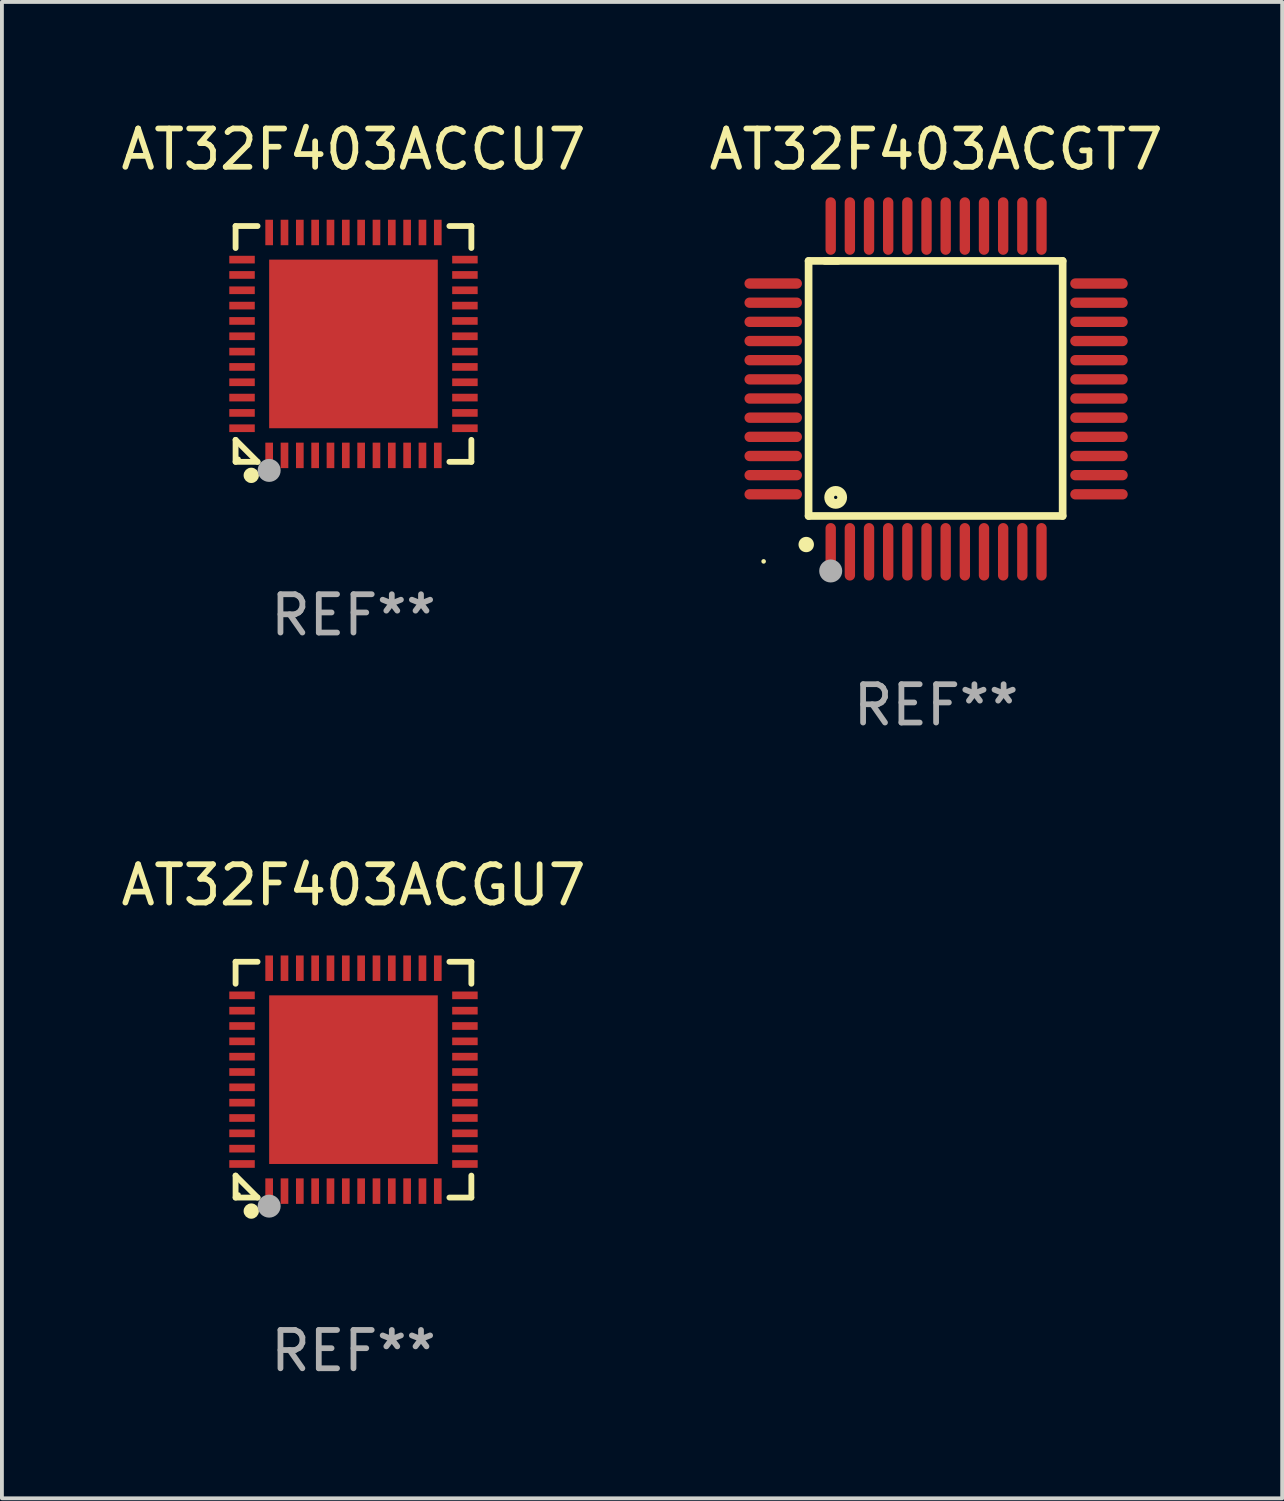
<source format=kicad_pcb>
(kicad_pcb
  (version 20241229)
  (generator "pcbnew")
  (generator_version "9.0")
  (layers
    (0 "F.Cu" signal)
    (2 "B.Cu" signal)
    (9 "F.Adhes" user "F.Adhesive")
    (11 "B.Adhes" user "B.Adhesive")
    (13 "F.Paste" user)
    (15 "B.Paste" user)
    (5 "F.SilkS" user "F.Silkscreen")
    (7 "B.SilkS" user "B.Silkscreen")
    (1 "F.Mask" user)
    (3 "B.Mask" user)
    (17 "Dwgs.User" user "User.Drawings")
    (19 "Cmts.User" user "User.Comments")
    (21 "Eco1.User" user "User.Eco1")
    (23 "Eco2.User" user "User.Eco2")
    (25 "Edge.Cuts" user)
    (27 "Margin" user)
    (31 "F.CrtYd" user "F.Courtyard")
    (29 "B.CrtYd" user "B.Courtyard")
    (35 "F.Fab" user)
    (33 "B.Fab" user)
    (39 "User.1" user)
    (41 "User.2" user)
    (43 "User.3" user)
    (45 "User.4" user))
  (footprint "AT32F403ACGU7"
    (layer "F.Cu")
    (at 6.173 25.121)
    (property "Reference" "AT32F403ACGU7" (at 0 -5.076 0) (layer "F.SilkS") (effects (font (size 1 1) (thickness 0.15))))
    (attr through_hole)
    (fp_line (start -3.076 -3.076) (end -2.503 -3.076) (stroke (width 0.152) (type solid)) (layer "F.SilkS"))
    (fp_line (start -3.076 -2.503) (end -3.076 -3.076) (stroke (width 0.152) (type solid)) (layer "F.SilkS"))
    (fp_line (start -3.076 2.503) (end -3.076 3.076) (stroke (width 0.152) (type solid)) (layer "F.SilkS"))
    (fp_line (start -3.076 2.503) (end -2.503 3.076) (stroke (width 0.152) (type solid)) (layer "F.SilkS"))
    (fp_line (start -3.076 3.076) (end -2.503 3.076) (stroke (width 0.152) (type solid)) (layer "F.SilkS"))
    (fp_line (start 3.076 -3.076) (end 2.503 -3.076) (stroke (width 0.152) (type solid)) (layer "F.SilkS"))
    (fp_line (start 3.076 -2.503) (end 3.076 -3.076) (stroke (width 0.152) (type solid)) (layer "F.SilkS"))
    (fp_line (start 3.076 2.503) (end 3.076 3.076) (stroke (width 0.152) (type solid)) (layer "F.SilkS"))
    (fp_line (start 3.076 3.076) (end 2.503 3.076) (stroke (width 0.152) (type solid)) (layer "F.SilkS"))
    (fp_circle (center -3 3) (end -2.97 3) (stroke (width 0.06) (type solid)) (fill no) (layer "F.SilkS"))
    (fp_circle (center -2.667 3.429) (end -2.567 3.429) (stroke (width 0.2) (type solid)) (fill no) (layer "F.SilkS"))
    (fp_circle (center -2.2 3.3) (end -2.05 3.3) (stroke (width 0.3) (type solid)) (fill no) (layer "F.Fab"))
    (fp_text user "REF**" (at 0 7.076 0) (layer "F.Fab") (effects (font (size 1 1) (thickness 0.15))))
    (pad "1" smd rect (at -2.2 2.908) (size 0.2 0.665) (layers "F.Cu" "F.Mask" "F.Paste"))
    (pad "2" smd rect (at -1.8 2.908) (size 0.2 0.665) (layers "F.Cu" "F.Mask" "F.Paste"))
    (pad "3" smd rect (at -1.4 2.908) (size 0.2 0.665) (layers "F.Cu" "F.Mask" "F.Paste"))
    (pad "4" smd rect (at -1 2.908) (size 0.2 0.665) (layers "F.Cu" "F.Mask" "F.Paste"))
    (pad "5" smd rect (at -0.6 2.908) (size 0.2 0.665) (layers "F.Cu" "F.Mask" "F.Paste"))
    (pad "6" smd rect (at -0.2 2.908) (size 0.2 0.665) (layers "F.Cu" "F.Mask" "F.Paste"))
    (pad "7" smd rect (at 0.2 2.908) (size 0.2 0.665) (layers "F.Cu" "F.Mask" "F.Paste"))
    (pad "8" smd rect (at 0.6 2.908) (size 0.2 0.665) (layers "F.Cu" "F.Mask" "F.Paste"))
    (pad "9" smd rect (at 1 2.908) (size 0.2 0.665) (layers "F.Cu" "F.Mask" "F.Paste"))
    (pad "10" smd rect (at 1.4 2.908) (size 0.2 0.665) (layers "F.Cu" "F.Mask" "F.Paste"))
    (pad "11" smd rect (at 1.8 2.908) (size 0.2 0.665) (layers "F.Cu" "F.Mask" "F.Paste"))
    (pad "12" smd rect (at 2.2 2.908) (size 0.2 0.665) (layers "F.Cu" "F.Mask" "F.Paste"))
    (pad "13" smd rect (at 2.908 2.2) (size 0.665 0.2) (layers "F.Cu" "F.Mask" "F.Paste"))
    (pad "14" smd rect (at 2.908 1.8) (size 0.665 0.2) (layers "F.Cu" "F.Mask" "F.Paste"))
    (pad "15" smd rect (at 2.908 1.4) (size 0.665 0.2) (layers "F.Cu" "F.Mask" "F.Paste"))
    (pad "16" smd rect (at 2.908 1) (size 0.665 0.2) (layers "F.Cu" "F.Mask" "F.Paste"))
    (pad "17" smd rect (at 2.908 0.6) (size 0.665 0.2) (layers "F.Cu" "F.Mask" "F.Paste"))
    (pad "18" smd rect (at 2.908 0.2) (size 0.665 0.2) (layers "F.Cu" "F.Mask" "F.Paste"))
    (pad "19" smd rect (at 2.908 -0.2) (size 0.665 0.2) (layers "F.Cu" "F.Mask" "F.Paste"))
    (pad "20" smd rect (at 2.908 -0.6) (size 0.665 0.2) (layers "F.Cu" "F.Mask" "F.Paste"))
    (pad "21" smd rect (at 2.908 -1) (size 0.665 0.2) (layers "F.Cu" "F.Mask" "F.Paste"))
    (pad "22" smd rect (at 2.908 -1.4) (size 0.665 0.2) (layers "F.Cu" "F.Mask" "F.Paste"))
    (pad "23" smd rect (at 2.908 -1.8) (size 0.665 0.2) (layers "F.Cu" "F.Mask" "F.Paste"))
    (pad "24" smd rect (at 2.908 -2.2) (size 0.665 0.2) (layers "F.Cu" "F.Mask" "F.Paste"))
    (pad "25" smd rect (at 2.2 -2.908) (size 0.2 0.665) (layers "F.Cu" "F.Mask" "F.Paste"))
    (pad "26" smd rect (at 1.8 -2.908) (size 0.2 0.665) (layers "F.Cu" "F.Mask" "F.Paste"))
    (pad "27" smd rect (at 1.4 -2.908) (size 0.2 0.665) (layers "F.Cu" "F.Mask" "F.Paste"))
    (pad "28" smd rect (at 1 -2.908) (size 0.2 0.665) (layers "F.Cu" "F.Mask" "F.Paste"))
    (pad "29" smd rect (at 0.6 -2.908) (size 0.2 0.665) (layers "F.Cu" "F.Mask" "F.Paste"))
    (pad "30" smd rect (at 0.2 -2.908) (size 0.2 0.665) (layers "F.Cu" "F.Mask" "F.Paste"))
    (pad "31" smd rect (at -0.2 -2.908) (size 0.2 0.665) (layers "F.Cu" "F.Mask" "F.Paste"))
    (pad "32" smd rect (at -0.6 -2.908) (size 0.2 0.665) (layers "F.Cu" "F.Mask" "F.Paste"))
    (pad "33" smd rect (at -1 -2.908) (size 0.2 0.665) (layers "F.Cu" "F.Mask" "F.Paste"))
    (pad "34" smd rect (at -1.4 -2.908) (size 0.2 0.665) (layers "F.Cu" "F.Mask" "F.Paste"))
    (pad "35" smd rect (at -1.8 -2.908) (size 0.2 0.665) (layers "F.Cu" "F.Mask" "F.Paste"))
    (pad "36" smd rect (at -2.2 -2.908) (size 0.2 0.665) (layers "F.Cu" "F.Mask" "F.Paste"))
    (pad "37" smd rect (at -2.908 -2.2) (size 0.665 0.2) (layers "F.Cu" "F.Mask" "F.Paste"))
    (pad "38" smd rect (at -2.908 -1.8) (size 0.665 0.2) (layers "F.Cu" "F.Mask" "F.Paste"))
    (pad "39" smd rect (at -2.908 -1.4) (size 0.665 0.2) (layers "F.Cu" "F.Mask" "F.Paste"))
    (pad "40" smd rect (at -2.908 -1) (size 0.665 0.2) (layers "F.Cu" "F.Mask" "F.Paste"))
    (pad "41" smd rect (at -2.908 -0.6) (size 0.665 0.2) (layers "F.Cu" "F.Mask" "F.Paste"))
    (pad "42" smd rect (at -2.908 -0.2) (size 0.665 0.2) (layers "F.Cu" "F.Mask" "F.Paste"))
    (pad "43" smd rect (at -2.908 0.2) (size 0.665 0.2) (layers "F.Cu" "F.Mask" "F.Paste"))
    (pad "44" smd rect (at -2.908 0.6) (size 0.665 0.2) (layers "F.Cu" "F.Mask" "F.Paste"))
    (pad "45" smd rect (at -2.908 1) (size 0.665 0.2) (layers "F.Cu" "F.Mask" "F.Paste"))
    (pad "46" smd rect (at -2.908 1.4) (size 0.665 0.2) (layers "F.Cu" "F.Mask" "F.Paste"))
    (pad "47" smd rect (at -2.908 1.8) (size 0.665 0.2) (layers "F.Cu" "F.Mask" "F.Paste"))
    (pad "48" smd rect (at -2.908 2.2) (size 0.665 0.2) (layers "F.Cu" "F.Mask" "F.Paste"))
    (pad "49" smd rect (at 0 0) (size 4.4 4.4) (layers "F.Cu" "F.Mask" "F.Paste")))
  (footprint "AT32F403ACGT7"
    (layer "F.Cu")
    (at 21.375 7.098)
    (property "Reference" "AT32F403ACGT7" (at 0 -6.25 0) (layer "F.SilkS") (effects (font (size 1 1) (thickness 0.15))))
    (attr through_hole)
    (fp_line (start -3.327 -3.34) (end -2.565 -3.34) (stroke (width 0.2) (type solid)) (layer "F.SilkS"))
    (fp_line (start -3.327 3.315) (end -3.327 -3.34) (stroke (width 0.2) (type solid)) (layer "F.SilkS"))
    (fp_line (start -2.896 -3.34) (end 3.302 -3.34) (stroke (width 0.2) (type solid)) (layer "F.SilkS"))
    (fp_line (start 3.302 -3.34) (end 3.302 3.315) (stroke (width 0.2) (type solid)) (layer "F.SilkS"))
    (fp_line (start 3.302 3.315) (end -3.327 3.315) (stroke (width 0.2) (type solid)) (layer "F.SilkS"))
    (fp_arc (start -3.389992 4.059995) (mid -3.388722 4.059991) (end -3.387452 4.059995) (stroke (width 0.4) (type solid)) (layer "F.SilkS"))
    (fp_circle (center -4.5 4.5) (end -4.47 4.5) (stroke (width 0.06) (type solid)) (fill no) (layer "F.SilkS"))
    (fp_circle (center -2.62 2.83) (end -2.45 2.83) (stroke (width 0.254) (type solid)) (fill no) (layer "F.SilkS"))
    (fp_circle (center -2.75 4.75) (end -2.6 4.75) (stroke (width 0.3) (type solid)) (fill no) (layer "F.Fab"))
    (fp_text user "REF**" (at 0 8.25 0) (layer "F.Fab") (effects (font (size 1 1) (thickness 0.15))))
    (pad "1" smd oval (at -2.75 4.25) (size 0.27 1.5) (layers "F.Cu" "F.Mask" "F.Paste"))
    (pad "2" smd oval (at -2.25 4.25) (size 0.27 1.5) (layers "F.Cu" "F.Mask" "F.Paste"))
    (pad "3" smd oval (at -1.75 4.25) (size 0.27 1.5) (layers "F.Cu" "F.Mask" "F.Paste"))
    (pad "4" smd oval (at -1.25 4.25) (size 0.27 1.5) (layers "F.Cu" "F.Mask" "F.Paste"))
    (pad "5" smd oval (at -0.75 4.25) (size 0.27 1.5) (layers "F.Cu" "F.Mask" "F.Paste"))
    (pad "6" smd oval (at -0.25 4.25) (size 0.27 1.5) (layers "F.Cu" "F.Mask" "F.Paste"))
    (pad "7" smd oval (at 0.25 4.25) (size 0.27 1.5) (layers "F.Cu" "F.Mask" "F.Paste"))
    (pad "8" smd oval (at 0.75 4.25) (size 0.27 1.5) (layers "F.Cu" "F.Mask" "F.Paste"))
    (pad "9" smd oval (at 1.25 4.25) (size 0.27 1.5) (layers "F.Cu" "F.Mask" "F.Paste"))
    (pad "10" smd oval (at 1.75 4.25) (size 0.27 1.5) (layers "F.Cu" "F.Mask" "F.Paste"))
    (pad "11" smd oval (at 2.25 4.25) (size 0.27 1.5) (layers "F.Cu" "F.Mask" "F.Paste"))
    (pad "12" smd oval (at 2.75 4.25) (size 0.27 1.5) (layers "F.Cu" "F.Mask" "F.Paste"))
    (pad "13" smd oval (at 4.25 2.75) (size 1.5 0.27) (layers "F.Cu" "F.Mask" "F.Paste"))
    (pad "14" smd oval (at 4.25 2.25) (size 1.5 0.27) (layers "F.Cu" "F.Mask" "F.Paste"))
    (pad "15" smd oval (at 4.25 1.75) (size 1.5 0.27) (layers "F.Cu" "F.Mask" "F.Paste"))
    (pad "16" smd oval (at 4.25 1.25) (size 1.5 0.27) (layers "F.Cu" "F.Mask" "F.Paste"))
    (pad "17" smd oval (at 4.25 0.75) (size 1.5 0.27) (layers "F.Cu" "F.Mask" "F.Paste"))
    (pad "18" smd oval (at 4.25 0.25) (size 1.5 0.27) (layers "F.Cu" "F.Mask" "F.Paste"))
    (pad "19" smd oval (at 4.25 -0.25) (size 1.5 0.27) (layers "F.Cu" "F.Mask" "F.Paste"))
    (pad "20" smd oval (at 4.25 -0.75) (size 1.5 0.27) (layers "F.Cu" "F.Mask" "F.Paste"))
    (pad "21" smd oval (at 4.25 -1.25) (size 1.5 0.27) (layers "F.Cu" "F.Mask" "F.Paste"))
    (pad "22" smd oval (at 4.25 -1.75) (size 1.5 0.27) (layers "F.Cu" "F.Mask" "F.Paste"))
    (pad "23" smd oval (at 4.25 -2.25) (size 1.5 0.27) (layers "F.Cu" "F.Mask" "F.Paste"))
    (pad "24" smd oval (at 4.25 -2.75) (size 1.5 0.27) (layers "F.Cu" "F.Mask" "F.Paste"))
    (pad "25" smd oval (at 2.75 -4.25) (size 0.27 1.5) (layers "F.Cu" "F.Mask" "F.Paste"))
    (pad "26" smd oval (at 2.25 -4.25) (size 0.27 1.5) (layers "F.Cu" "F.Mask" "F.Paste"))
    (pad "27" smd oval (at 1.75 -4.25) (size 0.27 1.5) (layers "F.Cu" "F.Mask" "F.Paste"))
    (pad "28" smd oval (at 1.25 -4.25) (size 0.27 1.5) (layers "F.Cu" "F.Mask" "F.Paste"))
    (pad "29" smd oval (at 0.75 -4.25) (size 0.27 1.5) (layers "F.Cu" "F.Mask" "F.Paste"))
    (pad "30" smd oval (at 0.25 -4.25) (size 0.27 1.5) (layers "F.Cu" "F.Mask" "F.Paste"))
    (pad "31" smd oval (at -0.25 -4.25) (size 0.27 1.5) (layers "F.Cu" "F.Mask" "F.Paste"))
    (pad "32" smd oval (at -0.75 -4.25) (size 0.27 1.5) (layers "F.Cu" "F.Mask" "F.Paste"))
    (pad "33" smd oval (at -1.25 -4.25) (size 0.27 1.5) (layers "F.Cu" "F.Mask" "F.Paste"))
    (pad "34" smd oval (at -1.75 -4.25) (size 0.27 1.5) (layers "F.Cu" "F.Mask" "F.Paste"))
    (pad "35" smd oval (at -2.25 -4.25) (size 0.27 1.5) (layers "F.Cu" "F.Mask" "F.Paste"))
    (pad "36" smd oval (at -2.75 -4.25) (size 0.27 1.5) (layers "F.Cu" "F.Mask" "F.Paste"))
    (pad "37" smd oval (at -4.25 -2.75) (size 1.5 0.27) (layers "F.Cu" "F.Mask" "F.Paste"))
    (pad "38" smd oval (at -4.25 -2.25) (size 1.5 0.27) (layers "F.Cu" "F.Mask" "F.Paste"))
    (pad "39" smd oval (at -4.25 -1.75) (size 1.5 0.27) (layers "F.Cu" "F.Mask" "F.Paste"))
    (pad "40" smd oval (at -4.25 -1.25) (size 1.5 0.27) (layers "F.Cu" "F.Mask" "F.Paste"))
    (pad "41" smd oval (at -4.25 -0.75) (size 1.5 0.27) (layers "F.Cu" "F.Mask" "F.Paste"))
    (pad "42" smd oval (at -4.25 -0.25) (size 1.5 0.27) (layers "F.Cu" "F.Mask" "F.Paste"))
    (pad "43" smd oval (at -4.25 0.25) (size 1.5 0.27) (layers "F.Cu" "F.Mask" "F.Paste"))
    (pad "44" smd oval (at -4.25 0.75) (size 1.5 0.27) (layers "F.Cu" "F.Mask" "F.Paste"))
    (pad "45" smd oval (at -4.25 1.25) (size 1.5 0.27) (layers "F.Cu" "F.Mask" "F.Paste"))
    (pad "46" smd oval (at -4.25 1.75) (size 1.5 0.27) (layers "F.Cu" "F.Mask" "F.Paste"))
    (pad "47" smd oval (at -4.25 2.25) (size 1.5 0.27) (layers "F.Cu" "F.Mask" "F.Paste"))
    (pad "48" smd oval (at -4.25 2.75) (size 1.5 0.27) (layers "F.Cu" "F.Mask" "F.Paste")))
  (footprint "AT32F403ACCU7"
    (layer "F.Cu")
    (at 6.173 5.924)
    (property "Reference" "AT32F403ACCU7" (at 0 -5.076 0) (layer "F.SilkS") (effects (font (size 1 1) (thickness 0.15))))
    (attr through_hole)
    (fp_line (start -3.076 -3.076) (end -2.503 -3.076) (stroke (width 0.152) (type solid)) (layer "F.SilkS"))
    (fp_line (start -3.076 -2.503) (end -3.076 -3.076) (stroke (width 0.152) (type solid)) (layer "F.SilkS"))
    (fp_line (start -3.076 2.503) (end -3.076 3.076) (stroke (width 0.152) (type solid)) (layer "F.SilkS"))
    (fp_line (start -3.076 2.503) (end -2.503 3.076) (stroke (width 0.152) (type solid)) (layer "F.SilkS"))
    (fp_line (start -3.076 3.076) (end -2.503 3.076) (stroke (width 0.152) (type solid)) (layer "F.SilkS"))
    (fp_line (start 3.076 -3.076) (end 2.503 -3.076) (stroke (width 0.152) (type solid)) (layer "F.SilkS"))
    (fp_line (start 3.076 -2.503) (end 3.076 -3.076) (stroke (width 0.152) (type solid)) (layer "F.SilkS"))
    (fp_line (start 3.076 2.503) (end 3.076 3.076) (stroke (width 0.152) (type solid)) (layer "F.SilkS"))
    (fp_line (start 3.076 3.076) (end 2.503 3.076) (stroke (width 0.152) (type solid)) (layer "F.SilkS"))
    (fp_circle (center -3 3) (end -2.97 3) (stroke (width 0.06) (type solid)) (fill no) (layer "F.SilkS"))
    (fp_circle (center -2.667 3.429) (end -2.567 3.429) (stroke (width 0.2) (type solid)) (fill no) (layer "F.SilkS"))
    (fp_circle (center -2.2 3.3) (end -2.05 3.3) (stroke (width 0.3) (type solid)) (fill no) (layer "F.Fab"))
    (fp_text user "REF**" (at 0 7.076 0) (layer "F.Fab") (effects (font (size 1 1) (thickness 0.15))))
    (pad "1" smd rect (at -2.2 2.908) (size 0.2 0.665) (layers "F.Cu" "F.Mask" "F.Paste"))
    (pad "2" smd rect (at -1.8 2.908) (size 0.2 0.665) (layers "F.Cu" "F.Mask" "F.Paste"))
    (pad "3" smd rect (at -1.4 2.908) (size 0.2 0.665) (layers "F.Cu" "F.Mask" "F.Paste"))
    (pad "4" smd rect (at -1 2.908) (size 0.2 0.665) (layers "F.Cu" "F.Mask" "F.Paste"))
    (pad "5" smd rect (at -0.6 2.908) (size 0.2 0.665) (layers "F.Cu" "F.Mask" "F.Paste"))
    (pad "6" smd rect (at -0.2 2.908) (size 0.2 0.665) (layers "F.Cu" "F.Mask" "F.Paste"))
    (pad "7" smd rect (at 0.2 2.908) (size 0.2 0.665) (layers "F.Cu" "F.Mask" "F.Paste"))
    (pad "8" smd rect (at 0.6 2.908) (size 0.2 0.665) (layers "F.Cu" "F.Mask" "F.Paste"))
    (pad "9" smd rect (at 1 2.908) (size 0.2 0.665) (layers "F.Cu" "F.Mask" "F.Paste"))
    (pad "10" smd rect (at 1.4 2.908) (size 0.2 0.665) (layers "F.Cu" "F.Mask" "F.Paste"))
    (pad "11" smd rect (at 1.8 2.908) (size 0.2 0.665) (layers "F.Cu" "F.Mask" "F.Paste"))
    (pad "12" smd rect (at 2.2 2.908) (size 0.2 0.665) (layers "F.Cu" "F.Mask" "F.Paste"))
    (pad "13" smd rect (at 2.908 2.2) (size 0.665 0.2) (layers "F.Cu" "F.Mask" "F.Paste"))
    (pad "14" smd rect (at 2.908 1.8) (size 0.665 0.2) (layers "F.Cu" "F.Mask" "F.Paste"))
    (pad "15" smd rect (at 2.908 1.4) (size 0.665 0.2) (layers "F.Cu" "F.Mask" "F.Paste"))
    (pad "16" smd rect (at 2.908 1) (size 0.665 0.2) (layers "F.Cu" "F.Mask" "F.Paste"))
    (pad "17" smd rect (at 2.908 0.6) (size 0.665 0.2) (layers "F.Cu" "F.Mask" "F.Paste"))
    (pad "18" smd rect (at 2.908 0.2) (size 0.665 0.2) (layers "F.Cu" "F.Mask" "F.Paste"))
    (pad "19" smd rect (at 2.908 -0.2) (size 0.665 0.2) (layers "F.Cu" "F.Mask" "F.Paste"))
    (pad "20" smd rect (at 2.908 -0.6) (size 0.665 0.2) (layers "F.Cu" "F.Mask" "F.Paste"))
    (pad "21" smd rect (at 2.908 -1) (size 0.665 0.2) (layers "F.Cu" "F.Mask" "F.Paste"))
    (pad "22" smd rect (at 2.908 -1.4) (size 0.665 0.2) (layers "F.Cu" "F.Mask" "F.Paste"))
    (pad "23" smd rect (at 2.908 -1.8) (size 0.665 0.2) (layers "F.Cu" "F.Mask" "F.Paste"))
    (pad "24" smd rect (at 2.908 -2.2) (size 0.665 0.2) (layers "F.Cu" "F.Mask" "F.Paste"))
    (pad "25" smd rect (at 2.2 -2.908) (size 0.2 0.665) (layers "F.Cu" "F.Mask" "F.Paste"))
    (pad "26" smd rect (at 1.8 -2.908) (size 0.2 0.665) (layers "F.Cu" "F.Mask" "F.Paste"))
    (pad "27" smd rect (at 1.4 -2.908) (size 0.2 0.665) (layers "F.Cu" "F.Mask" "F.Paste"))
    (pad "28" smd rect (at 1 -2.908) (size 0.2 0.665) (layers "F.Cu" "F.Mask" "F.Paste"))
    (pad "29" smd rect (at 0.6 -2.908) (size 0.2 0.665) (layers "F.Cu" "F.Mask" "F.Paste"))
    (pad "30" smd rect (at 0.2 -2.908) (size 0.2 0.665) (layers "F.Cu" "F.Mask" "F.Paste"))
    (pad "31" smd rect (at -0.2 -2.908) (size 0.2 0.665) (layers "F.Cu" "F.Mask" "F.Paste"))
    (pad "32" smd rect (at -0.6 -2.908) (size 0.2 0.665) (layers "F.Cu" "F.Mask" "F.Paste"))
    (pad "33" smd rect (at -1 -2.908) (size 0.2 0.665) (layers "F.Cu" "F.Mask" "F.Paste"))
    (pad "34" smd rect (at -1.4 -2.908) (size 0.2 0.665) (layers "F.Cu" "F.Mask" "F.Paste"))
    (pad "35" smd rect (at -1.8 -2.908) (size 0.2 0.665) (layers "F.Cu" "F.Mask" "F.Paste"))
    (pad "36" smd rect (at -2.2 -2.908) (size 0.2 0.665) (layers "F.Cu" "F.Mask" "F.Paste"))
    (pad "37" smd rect (at -2.908 -2.2) (size 0.665 0.2) (layers "F.Cu" "F.Mask" "F.Paste"))
    (pad "38" smd rect (at -2.908 -1.8) (size 0.665 0.2) (layers "F.Cu" "F.Mask" "F.Paste"))
    (pad "39" smd rect (at -2.908 -1.4) (size 0.665 0.2) (layers "F.Cu" "F.Mask" "F.Paste"))
    (pad "40" smd rect (at -2.908 -1) (size 0.665 0.2) (layers "F.Cu" "F.Mask" "F.Paste"))
    (pad "41" smd rect (at -2.908 -0.6) (size 0.665 0.2) (layers "F.Cu" "F.Mask" "F.Paste"))
    (pad "42" smd rect (at -2.908 -0.2) (size 0.665 0.2) (layers "F.Cu" "F.Mask" "F.Paste"))
    (pad "43" smd rect (at -2.908 0.2) (size 0.665 0.2) (layers "F.Cu" "F.Mask" "F.Paste"))
    (pad "44" smd rect (at -2.908 0.6) (size 0.665 0.2) (layers "F.Cu" "F.Mask" "F.Paste"))
    (pad "45" smd rect (at -2.908 1) (size 0.665 0.2) (layers "F.Cu" "F.Mask" "F.Paste"))
    (pad "46" smd rect (at -2.908 1.4) (size 0.665 0.2) (layers "F.Cu" "F.Mask" "F.Paste"))
    (pad "47" smd rect (at -2.908 1.8) (size 0.665 0.2) (layers "F.Cu" "F.Mask" "F.Paste"))
    (pad "48" smd rect (at -2.908 2.2) (size 0.665 0.2) (layers "F.Cu" "F.Mask" "F.Paste"))
    (pad "49" smd rect (at 0 0) (size 4.4 4.4) (layers "F.Cu" "F.Mask" "F.Paste")))
  (gr_rect
    (start -3 -3)
    (end 30.405 36.045)
    (stroke (width 0.1) (type default))
    (fill no)
    (layer "Edge.Cuts")))
</source>
